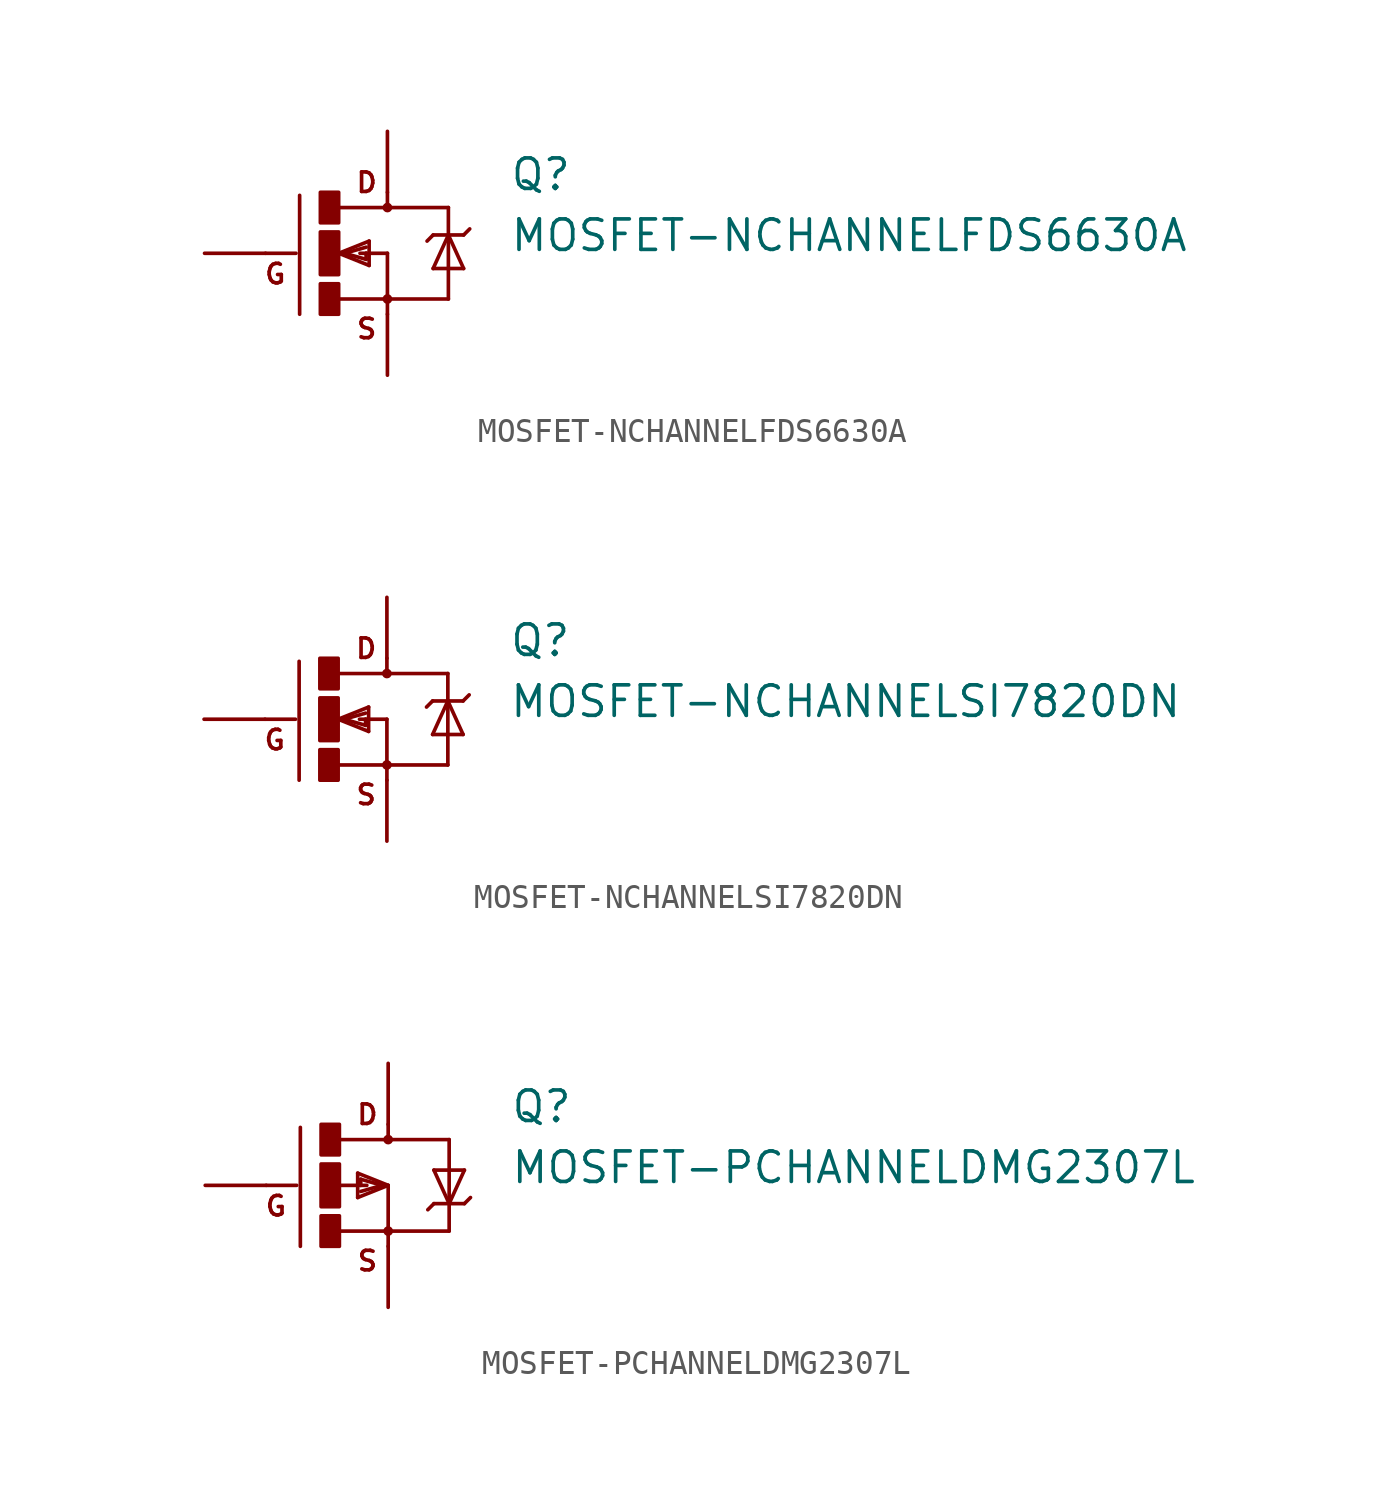
<source format=kicad_sym>
(kicad_symbol_lib
  (version 20211014)
  (generator kicad_symbol_editor)
  (symbol "MOSFET-NCHANNELFDS6630A"
    (pin_numbers hide)
    (pin_names
      (offset 1.016) hide)
    (property "Reference" "Q"
      (at 5.08 2.54 0)
      (effects (font (size 1.27 1.27)) (justify left bottom)))
    (property "Value" "MOSFET-NCHANNELFDS6630A"
      (at 5.08 0 0)
      (effects (font (size 1.27 1.27)) (justify left bottom)))
    (property "ki_locked" ""
      (at 0 0 0)
      (effects (font (size 1.27 1.27))))
    (symbol "MOSFET-NCHANNELFDS6630A_1_0"
      (polyline (pts (xy -3.81 0) (xy -5.08 0)) (stroke (width 0) (type default) (color 0 0 0 0)) (fill (type none)))
      (polyline (pts (xy -3.658 2.413) (xy -3.658 -2.54)) (stroke (width 0) (type default) (color 0 0 0 0)) (fill (type none)))
      (polyline (pts (xy -2.032 -1.905) (xy 0 -1.905)) (stroke (width 0) (type default) (color 0 0 0 0)) (fill (type none)))
      (polyline (pts (xy -2.032 0) (xy -0.762 -0.508)) (stroke (width 0) (type default) (color 0 0 0 0)) (fill (type none)))
      (polyline (pts (xy -1.778 0) (xy -0.889 -0.254)) (stroke (width 0) (type default) (color 0 0 0 0)) (fill (type none)))
      (polyline (pts (xy -0.889 -0.254) (xy -0.889 0)) (stroke (width 0) (type default) (color 0 0 0 0)) (fill (type none)))
      (polyline (pts (xy -0.889 0) (xy -1.143 0)) (stroke (width 0) (type default) (color 0 0 0 0)) (fill (type none)))
      (polyline (pts (xy -0.889 0) (xy 0 0)) (stroke (width 0) (type default) (color 0 0 0 0)) (fill (type none)))
      (polyline (pts (xy -0.889 0.254) (xy -1.778 0)) (stroke (width 0) (type default) (color 0 0 0 0)) (fill (type none)))
      (polyline (pts (xy -0.762 -0.508) (xy -0.762 0.508)) (stroke (width 0) (type default) (color 0 0 0 0)) (fill (type none)))
      (polyline (pts (xy -0.762 0.508) (xy -2.032 0)) (stroke (width 0) (type default) (color 0 0 0 0)) (fill (type none)))
      (polyline (pts (xy 0 -1.905) (xy 0 -2.54)) (stroke (width 0) (type default) (color 0 0 0 0)) (fill (type none)))
      (polyline (pts (xy 0 0) (xy 0 -1.905)) (stroke (width 0) (type default) (color 0 0 0 0)) (fill (type none)))
      (polyline (pts (xy 0 1.905) (xy -2.007 1.905)) (stroke (width 0) (type default) (color 0 0 0 0)) (fill (type none)))
      (polyline (pts (xy 0 1.905) (xy 2.54 1.905)) (stroke (width 0) (type default) (color 0 0 0 0)) (fill (type none)))
      (polyline (pts (xy 0 2.54) (xy 0 1.905)) (stroke (width 0) (type default) (color 0 0 0 0)) (fill (type none)))
      (polyline (pts (xy 1.905 -0.635) (xy 3.175 -0.635)) (stroke (width 0) (type default) (color 0 0 0 0)) (fill (type none)))
      (polyline (pts (xy 1.905 0.762) (xy 1.651 0.508)) (stroke (width 0) (type default) (color 0 0 0 0)) (fill (type none)))
      (polyline (pts (xy 1.905 0.762) (xy 2.54 0.762)) (stroke (width 0) (type default) (color 0 0 0 0)) (fill (type none)))
      (polyline (pts (xy 2.54 -1.905) (xy 0 -1.905)) (stroke (width 0) (type default) (color 0 0 0 0)) (fill (type none)))
      (polyline (pts (xy 2.54 0.762) (xy 1.905 -0.635)) (stroke (width 0) (type default) (color 0 0 0 0)) (fill (type none)))
      (polyline (pts (xy 2.54 0.762) (xy 2.54 -1.905)) (stroke (width 0) (type default) (color 0 0 0 0)) (fill (type none)))
      (polyline (pts (xy 2.54 0.762) (xy 3.175 0.762)) (stroke (width 0) (type default) (color 0 0 0 0)) (fill (type none)))
      (polyline (pts (xy 2.54 1.905) (xy 2.54 0.762)) (stroke (width 0) (type default) (color 0 0 0 0)) (fill (type none)))
      (polyline (pts (xy 3.175 -0.635) (xy 2.54 0.762)) (stroke (width 0) (type default) (color 0 0 0 0)) (fill (type none)))
      (polyline (pts (xy 3.175 0.762) (xy 3.429 1.016)) (stroke (width 0) (type default) (color 0 0 0 0)) (fill (type none)))
      (text "D" (at -0.864 2.946 0) (effects (font (size 0.813 0.813))))
      (text "G" (at -4.674 -0.864 0) (effects (font (size 0.813 0.813))))
      (text "S" (at -0.864 -3.15 0) (effects (font (size 0.813 0.813)))))
    (symbol "MOSFET-NCHANNELFDS6630A_1_1"
      (rectangle (start -2.794 -2.54) (end -2.032 -1.27) (stroke (width 0) (type default) (color 0 0 0 0)) (fill (type outline)))
      (rectangle (start -2.794 -0.889) (end -2.032 0.889) (stroke (width 0) (type default) (color 0 0 0 0)) (fill (type outline)))
      (rectangle (start -2.794 1.27) (end -2.032 2.54) (stroke (width 0) (type default) (color 0 0 0 0)) (fill (type outline)))
      (circle (center 0 -1.905) (radius 0.127) (stroke (width 0) (type default) (color 0 0 0 0)) (fill (type outline)))
      (circle (center 0 1.905) (radius 0.127) (stroke (width 0) (type default) (color 0 0 0 0)) (fill (type outline)))
      (pin passive line (at 0 -5.08 90) (length 2.54) (name "S" (effects (font (size 1.016 1.016)))) (number "1" (effects (font (size 1.016 1.016)))))
      (pin passive line (at 0 -5.08 90) (length 2.54) hide (name "S" (effects (font (size 1.016 1.016)))) (number "2" (effects (font (size 1.016 1.016)))))
      (pin passive line (at 0 -5.08 90) (length 2.54) hide (name "S" (effects (font (size 1.016 1.016)))) (number "3" (effects (font (size 1.016 1.016)))))
      (pin passive line (at -7.62 0 0) (length 2.54) (name "G" (effects (font (size 1.016 1.016)))) (number "4" (effects (font (size 1.016 1.016)))))
      (pin passive line (at 0 5.08 270) (length 2.54) (name "D" (effects (font (size 1.016 1.016)))) (number "5" (effects (font (size 1.016 1.016)))))
      (pin passive line (at 0 5.08 270) (length 2.54) hide (name "D" (effects (font (size 1.016 1.016)))) (number "6" (effects (font (size 1.016 1.016)))))
      (pin passive line (at 0 5.08 270) (length 2.54) hide (name "D" (effects (font (size 1.016 1.016)))) (number "7" (effects (font (size 1.016 1.016)))))
      (pin passive line (at 0 5.08 270) (length 2.54) hide (name "D" (effects (font (size 1.016 1.016)))) (number "8" (effects (font (size 1.016 1.016)))))))
  (symbol "MOSFET-NCHANNELSI7820DN"
    (pin_numbers hide)
    (pin_names
      (offset 1.016) hide)
    (property "Reference" "Q"
      (at 5.08 2.54 0)
      (effects (font (size 1.27 1.27)) (justify left bottom)))
    (property "Value" "MOSFET-NCHANNELSI7820DN"
      (at 5.08 0 0)
      (effects (font (size 1.27 1.27)) (justify left bottom)))
    (property "ki_locked" ""
      (at 0 0 0)
      (effects (font (size 1.27 1.27))))
    (symbol "MOSFET-NCHANNELSI7820DN_1_0"
      (polyline (pts (xy -3.81 0) (xy -5.08 0)) (stroke (width 0) (type default) (color 0 0 0 0)) (fill (type none)))
      (polyline (pts (xy -3.658 2.413) (xy -3.658 -2.54)) (stroke (width 0) (type default) (color 0 0 0 0)) (fill (type none)))
      (polyline (pts (xy -2.032 -1.905) (xy 0 -1.905)) (stroke (width 0) (type default) (color 0 0 0 0)) (fill (type none)))
      (polyline (pts (xy -2.032 0) (xy -0.762 -0.508)) (stroke (width 0) (type default) (color 0 0 0 0)) (fill (type none)))
      (polyline (pts (xy -1.778 0) (xy -0.889 -0.254)) (stroke (width 0) (type default) (color 0 0 0 0)) (fill (type none)))
      (polyline (pts (xy -0.889 -0.254) (xy -0.889 0)) (stroke (width 0) (type default) (color 0 0 0 0)) (fill (type none)))
      (polyline (pts (xy -0.889 0) (xy -1.143 0)) (stroke (width 0) (type default) (color 0 0 0 0)) (fill (type none)))
      (polyline (pts (xy -0.889 0) (xy 0 0)) (stroke (width 0) (type default) (color 0 0 0 0)) (fill (type none)))
      (polyline (pts (xy -0.889 0.254) (xy -1.778 0)) (stroke (width 0) (type default) (color 0 0 0 0)) (fill (type none)))
      (polyline (pts (xy -0.762 -0.508) (xy -0.762 0.508)) (stroke (width 0) (type default) (color 0 0 0 0)) (fill (type none)))
      (polyline (pts (xy -0.762 0.508) (xy -2.032 0)) (stroke (width 0) (type default) (color 0 0 0 0)) (fill (type none)))
      (polyline (pts (xy 0 -1.905) (xy 0 -2.54)) (stroke (width 0) (type default) (color 0 0 0 0)) (fill (type none)))
      (polyline (pts (xy 0 0) (xy 0 -1.905)) (stroke (width 0) (type default) (color 0 0 0 0)) (fill (type none)))
      (polyline (pts (xy 0 1.905) (xy -2.007 1.905)) (stroke (width 0) (type default) (color 0 0 0 0)) (fill (type none)))
      (polyline (pts (xy 0 1.905) (xy 2.54 1.905)) (stroke (width 0) (type default) (color 0 0 0 0)) (fill (type none)))
      (polyline (pts (xy 0 2.54) (xy 0 1.905)) (stroke (width 0) (type default) (color 0 0 0 0)) (fill (type none)))
      (polyline (pts (xy 1.905 -0.635) (xy 3.175 -0.635)) (stroke (width 0) (type default) (color 0 0 0 0)) (fill (type none)))
      (polyline (pts (xy 1.905 0.762) (xy 1.651 0.508)) (stroke (width 0) (type default) (color 0 0 0 0)) (fill (type none)))
      (polyline (pts (xy 1.905 0.762) (xy 2.54 0.762)) (stroke (width 0) (type default) (color 0 0 0 0)) (fill (type none)))
      (polyline (pts (xy 2.54 -1.905) (xy 0 -1.905)) (stroke (width 0) (type default) (color 0 0 0 0)) (fill (type none)))
      (polyline (pts (xy 2.54 0.762) (xy 1.905 -0.635)) (stroke (width 0) (type default) (color 0 0 0 0)) (fill (type none)))
      (polyline (pts (xy 2.54 0.762) (xy 2.54 -1.905)) (stroke (width 0) (type default) (color 0 0 0 0)) (fill (type none)))
      (polyline (pts (xy 2.54 0.762) (xy 3.175 0.762)) (stroke (width 0) (type default) (color 0 0 0 0)) (fill (type none)))
      (polyline (pts (xy 2.54 1.905) (xy 2.54 0.762)) (stroke (width 0) (type default) (color 0 0 0 0)) (fill (type none)))
      (polyline (pts (xy 3.175 -0.635) (xy 2.54 0.762)) (stroke (width 0) (type default) (color 0 0 0 0)) (fill (type none)))
      (polyline (pts (xy 3.175 0.762) (xy 3.429 1.016)) (stroke (width 0) (type default) (color 0 0 0 0)) (fill (type none)))
      (text "D" (at -0.864 2.946 0) (effects (font (size 0.813 0.813))))
      (text "G" (at -4.674 -0.864 0) (effects (font (size 0.813 0.813))))
      (text "S" (at -0.864 -3.15 0) (effects (font (size 0.813 0.813)))))
    (symbol "MOSFET-NCHANNELSI7820DN_1_1"
      (rectangle (start -2.794 -2.54) (end -2.032 -1.27) (stroke (width 0) (type default) (color 0 0 0 0)) (fill (type outline)))
      (rectangle (start -2.794 -0.889) (end -2.032 0.889) (stroke (width 0) (type default) (color 0 0 0 0)) (fill (type outline)))
      (rectangle (start -2.794 1.27) (end -2.032 2.54) (stroke (width 0) (type default) (color 0 0 0 0)) (fill (type outline)))
      (circle (center 0 -1.905) (radius 0.127) (stroke (width 0) (type default) (color 0 0 0 0)) (fill (type outline)))
      (circle (center 0 1.905) (radius 0.127) (stroke (width 0) (type default) (color 0 0 0 0)) (fill (type outline)))
      (pin passive line (at 0 5.08 270) (length 2.54) (name "D" (effects (font (size 1.016 1.016)))) (number "D1" (effects (font (size 1.016 1.016)))))
      (pin passive line (at 0 5.08 270) (length 2.54) hide (name "D" (effects (font (size 1.016 1.016)))) (number "D2" (effects (font (size 1.016 1.016)))))
      (pin passive line (at 0 5.08 270) (length 2.54) hide (name "D" (effects (font (size 1.016 1.016)))) (number "D3" (effects (font (size 1.016 1.016)))))
      (pin passive line (at 0 5.08 270) (length 2.54) hide (name "D" (effects (font (size 1.016 1.016)))) (number "D4" (effects (font (size 1.016 1.016)))))
      (pin passive line (at 0 5.08 270) (length 2.54) hide (name "D" (effects (font (size 1.016 1.016)))) (number "DPAD" (effects (font (size 1.016 1.016)))))
      (pin passive line (at -7.62 0 0) (length 2.54) (name "G" (effects (font (size 1.016 1.016)))) (number "G" (effects (font (size 1.016 1.016)))))
      (pin passive line (at 0 -5.08 90) (length 2.54) (name "S" (effects (font (size 1.016 1.016)))) (number "S1" (effects (font (size 1.016 1.016)))))
      (pin passive line (at 0 -5.08 90) (length 2.54) hide (name "S" (effects (font (size 1.016 1.016)))) (number "S2" (effects (font (size 1.016 1.016)))))
      (pin passive line (at 0 -5.08 90) (length 2.54) hide (name "S" (effects (font (size 1.016 1.016)))) (number "S3" (effects (font (size 1.016 1.016)))))))
  (symbol "MOSFET-PCHANNELDMG2307L"
    (pin_numbers hide)
    (pin_names
      (offset 1.016) hide)
    (property "Reference" "Q"
      (at 5.08 2.54 0)
      (effects (font (size 1.27 1.27)) (justify left bottom)))
    (property "Value" "MOSFET-PCHANNELDMG2307L"
      (at 5.08 0 0)
      (effects (font (size 1.27 1.27)) (justify left bottom)))
    (property "ki_locked" ""
      (at 0 0 0)
      (effects (font (size 1.27 1.27))))
    (symbol "MOSFET-PCHANNELDMG2307L_1_0"
      (polyline (pts (xy -3.81 0) (xy -5.08 0)) (stroke (width 0) (type default) (color 0 0 0 0)) (fill (type none)))
      (polyline (pts (xy -3.658 2.413) (xy -3.658 -2.54)) (stroke (width 0) (type default) (color 0 0 0 0)) (fill (type none)))
      (polyline (pts (xy -2.032 -1.905) (xy 0 -1.905)) (stroke (width 0) (type default) (color 0 0 0 0)) (fill (type none)))
      (polyline (pts (xy -1.27 -0.508) (xy 0 0)) (stroke (width 0) (type default) (color 0 0 0 0)) (fill (type none)))
      (polyline (pts (xy -1.27 0.508) (xy -1.27 -0.508)) (stroke (width 0) (type default) (color 0 0 0 0)) (fill (type none)))
      (polyline (pts (xy -1.143 -0.254) (xy -0.254 0)) (stroke (width 0) (type default) (color 0 0 0 0)) (fill (type none)))
      (polyline (pts (xy -1.143 0) (xy -2.032 0)) (stroke (width 0) (type default) (color 0 0 0 0)) (fill (type none)))
      (polyline (pts (xy -1.143 0) (xy -0.889 0)) (stroke (width 0) (type default) (color 0 0 0 0)) (fill (type none)))
      (polyline (pts (xy -1.143 0.254) (xy -1.143 0)) (stroke (width 0) (type default) (color 0 0 0 0)) (fill (type none)))
      (polyline (pts (xy -0.254 0) (xy -1.143 0.254)) (stroke (width 0) (type default) (color 0 0 0 0)) (fill (type none)))
      (polyline (pts (xy 0 -1.905) (xy 0 -2.54)) (stroke (width 0) (type default) (color 0 0 0 0)) (fill (type none)))
      (polyline (pts (xy 0 0) (xy -1.27 0.508)) (stroke (width 0) (type default) (color 0 0 0 0)) (fill (type none)))
      (polyline (pts (xy 0 0) (xy 0 -1.905)) (stroke (width 0) (type default) (color 0 0 0 0)) (fill (type none)))
      (polyline (pts (xy 0 1.905) (xy -2.007 1.905)) (stroke (width 0) (type default) (color 0 0 0 0)) (fill (type none)))
      (polyline (pts (xy 0 1.905) (xy 2.54 1.905)) (stroke (width 0) (type default) (color 0 0 0 0)) (fill (type none)))
      (polyline (pts (xy 0 2.54) (xy 0 1.905)) (stroke (width 0) (type default) (color 0 0 0 0)) (fill (type none)))
      (polyline (pts (xy 1.905 -0.762) (xy 1.651 -1.016)) (stroke (width 0) (type default) (color 0 0 0 0)) (fill (type none)))
      (polyline (pts (xy 1.905 0.635) (xy 2.54 -0.762)) (stroke (width 0) (type default) (color 0 0 0 0)) (fill (type none)))
      (polyline (pts (xy 2.54 -1.905) (xy 0 -1.905)) (stroke (width 0) (type default) (color 0 0 0 0)) (fill (type none)))
      (polyline (pts (xy 2.54 -1.905) (xy 2.54 -0.762)) (stroke (width 0) (type default) (color 0 0 0 0)) (fill (type none)))
      (polyline (pts (xy 2.54 -0.762) (xy 1.905 -0.762)) (stroke (width 0) (type default) (color 0 0 0 0)) (fill (type none)))
      (polyline (pts (xy 2.54 -0.762) (xy 2.54 1.905)) (stroke (width 0) (type default) (color 0 0 0 0)) (fill (type none)))
      (polyline (pts (xy 2.54 -0.762) (xy 3.175 0.635)) (stroke (width 0) (type default) (color 0 0 0 0)) (fill (type none)))
      (polyline (pts (xy 3.175 -0.762) (xy 2.54 -0.762)) (stroke (width 0) (type default) (color 0 0 0 0)) (fill (type none)))
      (polyline (pts (xy 3.175 -0.762) (xy 3.429 -0.508)) (stroke (width 0) (type default) (color 0 0 0 0)) (fill (type none)))
      (polyline (pts (xy 3.175 0.635) (xy 1.905 0.635)) (stroke (width 0) (type default) (color 0 0 0 0)) (fill (type none)))
      (text "D" (at -0.864 2.946 0) (effects (font (size 0.813 0.813))))
      (text "G" (at -4.674 -0.864 0) (effects (font (size 0.813 0.813))))
      (text "S" (at -0.864 -3.15 0) (effects (font (size 0.813 0.813)))))
    (symbol "MOSFET-PCHANNELDMG2307L_1_1"
      (rectangle (start -2.794 -2.54) (end -2.032 -1.27) (stroke (width 0) (type default) (color 0 0 0 0)) (fill (type outline)))
      (rectangle (start -2.794 -0.889) (end -2.032 0.889) (stroke (width 0) (type default) (color 0 0 0 0)) (fill (type outline)))
      (rectangle (start -2.794 1.27) (end -2.032 2.54) (stroke (width 0) (type default) (color 0 0 0 0)) (fill (type outline)))
      (circle (center 0 -1.905) (radius 0.127) (stroke (width 0) (type default) (color 0 0 0 0)) (fill (type outline)))
      (circle (center 0 1.905) (radius 0.127) (stroke (width 0) (type default) (color 0 0 0 0)) (fill (type outline)))
      (pin passive line (at -7.62 0 0) (length 2.54) (name "G" (effects (font (size 1.016 1.016)))) (number "1" (effects (font (size 1.016 1.016)))))
      (pin passive line (at 0 -5.08 90) (length 2.54) (name "S" (effects (font (size 1.016 1.016)))) (number "2" (effects (font (size 1.016 1.016)))))
      (pin passive line (at 0 5.08 270) (length 2.54) (name "D" (effects (font (size 1.016 1.016)))) (number "3" (effects (font (size 1.016 1.016))))))))
</source>
